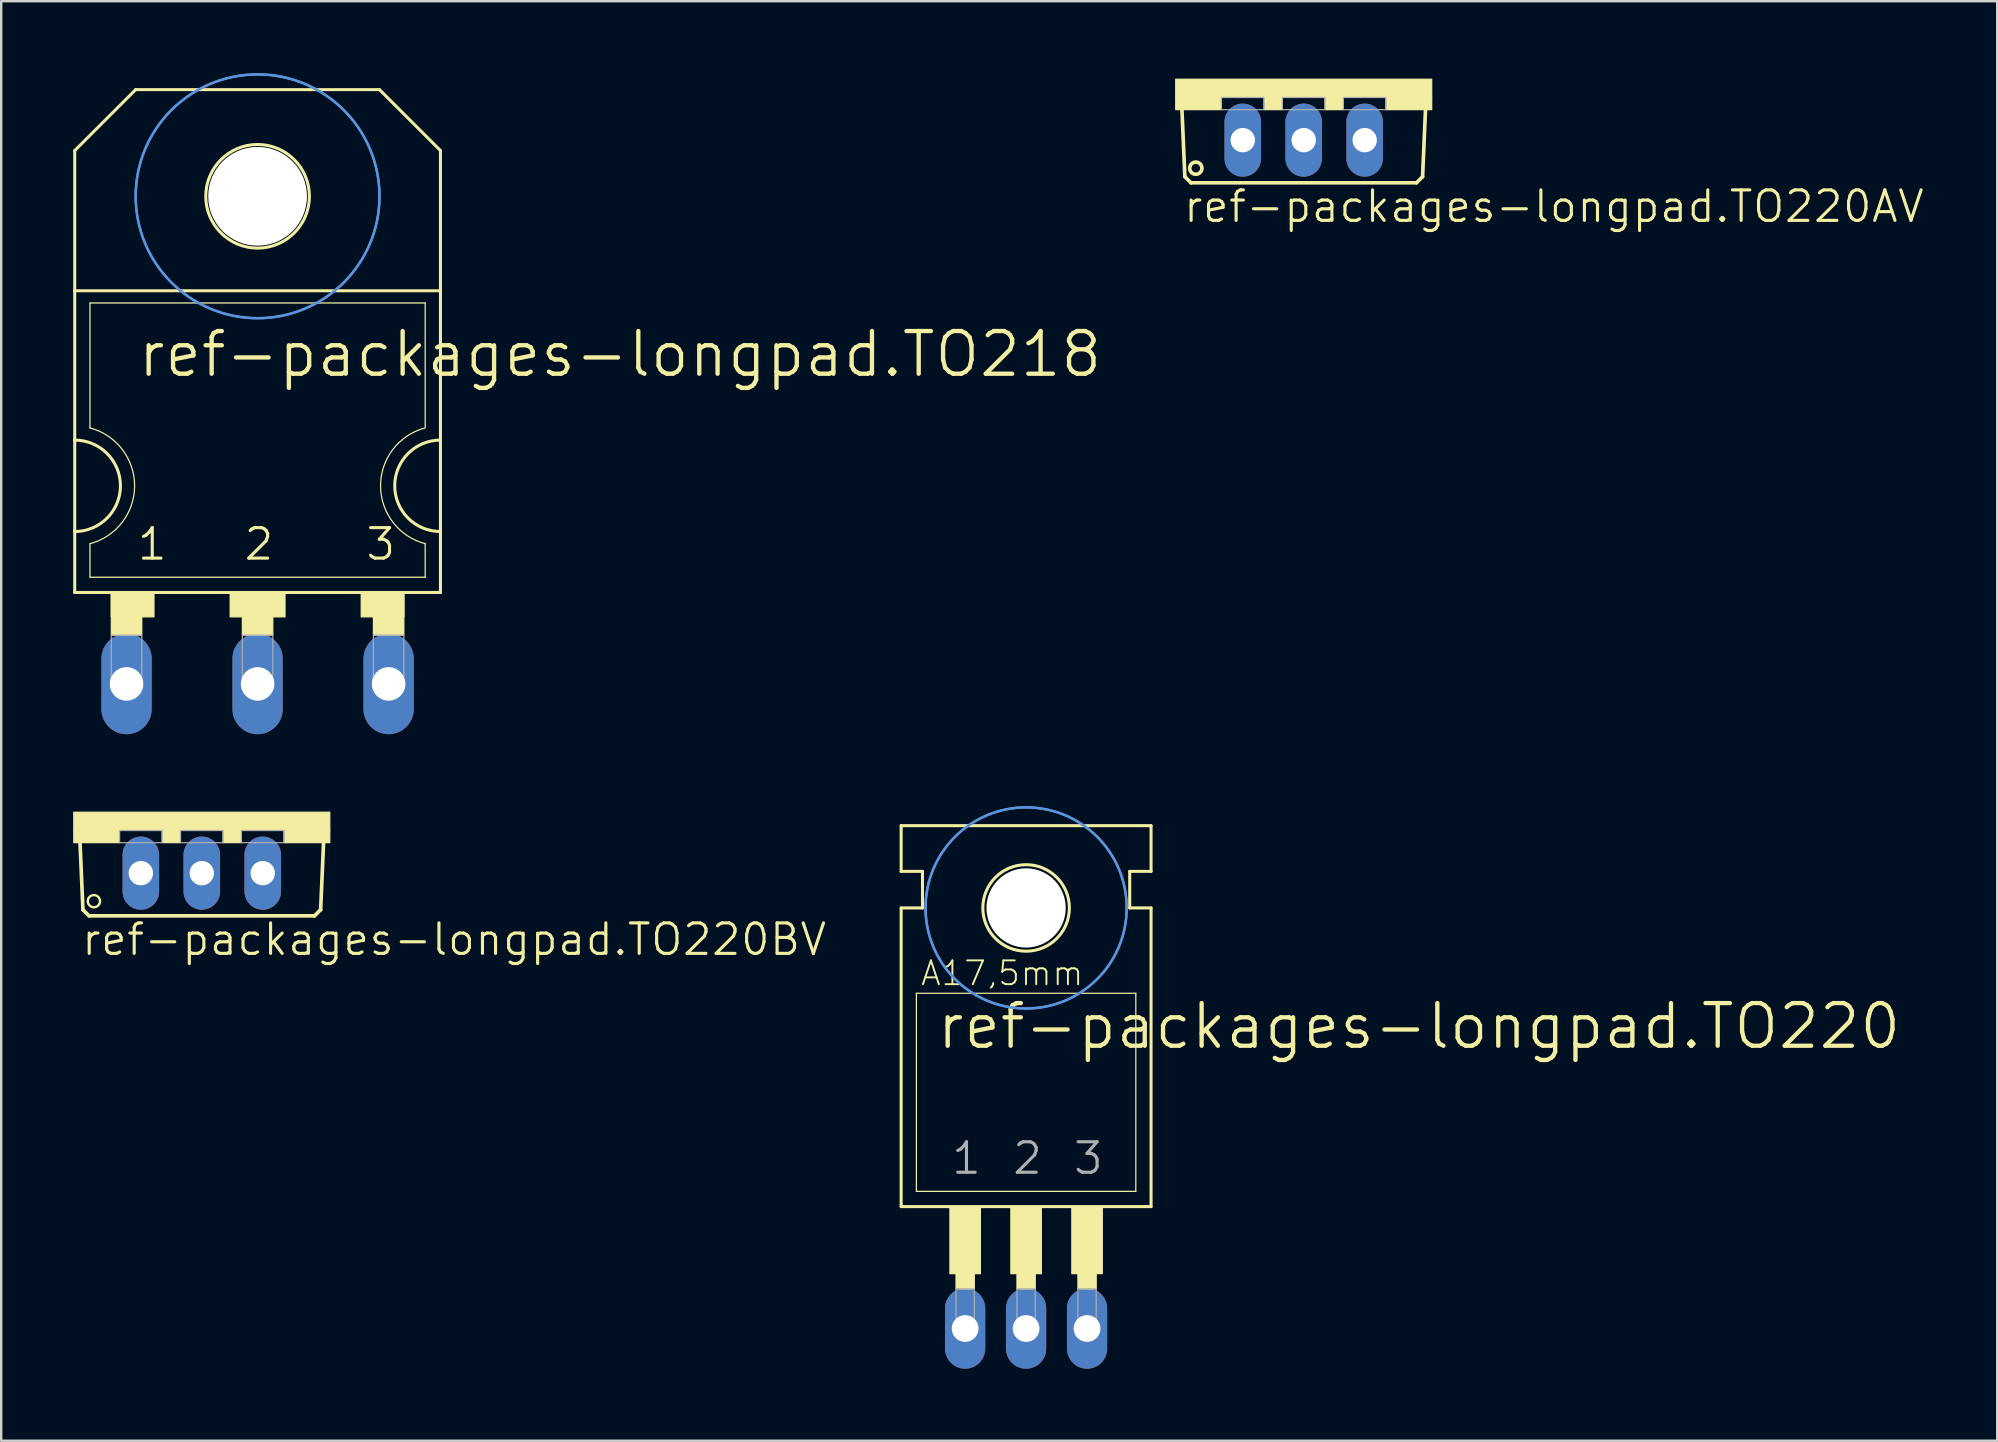
<source format=kicad_pcb>
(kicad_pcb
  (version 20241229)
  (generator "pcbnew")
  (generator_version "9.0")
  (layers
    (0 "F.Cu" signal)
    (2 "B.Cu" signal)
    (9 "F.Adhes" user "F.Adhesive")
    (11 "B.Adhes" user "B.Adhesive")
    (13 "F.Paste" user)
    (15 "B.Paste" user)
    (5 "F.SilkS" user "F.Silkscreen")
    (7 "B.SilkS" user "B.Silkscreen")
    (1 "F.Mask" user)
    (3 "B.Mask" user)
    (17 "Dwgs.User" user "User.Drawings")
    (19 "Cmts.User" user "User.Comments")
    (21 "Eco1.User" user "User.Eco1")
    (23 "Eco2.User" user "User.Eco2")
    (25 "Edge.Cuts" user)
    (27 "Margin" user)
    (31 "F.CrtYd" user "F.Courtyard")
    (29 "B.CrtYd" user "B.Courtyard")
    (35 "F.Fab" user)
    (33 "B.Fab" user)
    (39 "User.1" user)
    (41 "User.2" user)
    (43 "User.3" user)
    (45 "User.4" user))
  (footprint "ref-packages-longpad.TO220BV"
    (layer "F.Cu")
    (at 5.359 30.796)
    (property "Reference" "ref-packages-longpad.TO220BV" (at -5.08 6.045 0) (layer "F.SilkS") (effects (font (size 1.27 1.27) (thickness 0.13)) (justify left bottom)))
    (attr through_hole)
    (fp_line (start -4.953 4.064) (end -5.08 1.143) (stroke (width 0.152) (type default)) (layer "F.SilkS"))
    (fp_line (start -4.953 4.064) (end -4.699 4.318) (stroke (width 0.152) (type default)) (layer "F.SilkS"))
    (fp_line (start 4.699 4.318) (end -4.699 4.318) (stroke (width 0.152) (type default)) (layer "F.SilkS"))
    (fp_line (start 4.699 4.318) (end 4.953 4.064) (stroke (width 0.152) (type default)) (layer "F.SilkS"))
    (fp_line (start 5.08 1.143) (end 4.953 4.064) (stroke (width 0.152) (type default)) (layer "F.SilkS"))
    (fp_rect (start -5.334 0.762) (end 5.334 0) (stroke (width 0.05) (type default)) (fill yes) (layer "F.SilkS"))
    (fp_rect (start -5.334 1.27) (end -3.429 0.762) (stroke (width 0.05) (type default)) (fill yes) (layer "F.SilkS"))
    (fp_rect (start -1.651 1.27) (end -0.889 0.762) (stroke (width 0.05) (type default)) (fill yes) (layer "F.SilkS"))
    (fp_rect (start 0.889 1.27) (end 1.651 0.762) (stroke (width 0.05) (type default)) (fill yes) (layer "F.SilkS"))
    (fp_rect (start 3.429 1.27) (end 5.334 0.762) (stroke (width 0.05) (type default)) (fill yes) (layer "F.SilkS"))
    (fp_circle (center -4.496 3.708) (end -4.242 3.708) (stroke (width 0.1) (type default)) (fill no) (layer "F.SilkS"))
    (fp_rect (start -3.429 1.27) (end -1.651 0.762) (stroke (width 0.05) (type default)) (fill no) (layer "F.Fab"))
    (fp_rect (start -0.889 1.27) (end 0.889 0.762) (stroke (width 0.05) (type default)) (fill no) (layer "F.Fab"))
    (fp_rect (start 1.651 1.27) (end 3.429 0.762) (stroke (width 0.05) (type default)) (fill no) (layer "F.Fab"))
    (pad "G" thru_hole oval (at 2.54 2.54 90) (size 3.048 1.524) (drill 1.016) (layers "*.Cu" "*.Mask"))
    (pad "T1" thru_hole oval (at -2.54 2.54 90) (size 3.048 1.524) (drill 1.016) (layers "*.Cu" "*.Mask"))
    (pad "T2" thru_hole oval (at 0 2.54 90) (size 3.048 1.524) (drill 1.016) (layers "*.Cu" "*.Mask")))
  (footprint "ref-packages-longpad.TO218"
    (layer "F.Cu")
    (at 7.684 15.29)
    (property "Reference" "ref-packages-longpad.TO218" (at -5.08 -2.54 0) (layer "F.SilkS") (effects (font (size 1.778 1.778) (thickness 0.18)) (justify left bottom)))
    (attr through_hole)
    (fp_line (start -7.62 -12.065) (end -7.62 -6.223) (stroke (width 0.127) (type default)) (layer "F.SilkS"))
    (fp_line (start -7.62 -12.065) (end -5.08 -14.605) (stroke (width 0.127) (type default)) (layer "F.SilkS"))
    (fp_line (start -7.62 0) (end -7.62 -6.223) (stroke (width 0.127) (type default)) (layer "F.SilkS"))
    (fp_line (start -7.62 3.81) (end -7.62 0) (stroke (width 0.127) (type default)) (layer "F.SilkS"))
    (fp_line (start -7.62 6.35) (end -7.62 3.81) (stroke (width 0.127) (type default)) (layer "F.SilkS"))
    (fp_line (start -7.62 6.35) (end 7.62 6.35) (stroke (width 0.127) (type default)) (layer "F.SilkS"))
    (fp_line (start -6.985 -0.508) (end -6.985 -5.715) (stroke (width 0.051) (type default)) (layer "F.SilkS"))
    (fp_line (start -6.985 5.715) (end -6.985 4.318) (stroke (width 0.051) (type default)) (layer "F.SilkS"))
    (fp_line (start -6.985 5.715) (end 6.985 5.715) (stroke (width 0.051) (type default)) (layer "F.SilkS"))
    (fp_line (start 5.08 -14.605) (end -5.08 -14.605) (stroke (width 0.127) (type default)) (layer "F.SilkS"))
    (fp_line (start 6.985 -5.715) (end -6.985 -5.715) (stroke (width 0.051) (type default)) (layer "F.SilkS"))
    (fp_line (start 6.985 -0.508) (end 6.985 -5.715) (stroke (width 0.051) (type default)) (layer "F.SilkS"))
    (fp_line (start 6.985 5.715) (end 6.985 4.318) (stroke (width 0.051) (type default)) (layer "F.SilkS"))
    (fp_line (start 7.62 -12.065) (end 5.08 -14.605) (stroke (width 0.127) (type default)) (layer "F.SilkS"))
    (fp_line (start 7.62 -12.065) (end 7.62 -6.223) (stroke (width 0.127) (type default)) (layer "F.SilkS"))
    (fp_line (start 7.62 -6.223) (end -7.62 -6.223) (stroke (width 0.127) (type default)) (layer "F.SilkS"))
    (fp_line (start 7.62 -6.223) (end 7.62 0) (stroke (width 0.127) (type default)) (layer "F.SilkS"))
    (fp_line (start 7.62 0) (end 7.62 3.81) (stroke (width 0.127) (type default)) (layer "F.SilkS"))
    (fp_line (start 7.62 3.81) (end 7.62 6.35) (stroke (width 0.127) (type default)) (layer "F.SilkS"))
    (fp_rect (start -6.096 7.366) (end -4.318 6.35) (stroke (width 0.05) (type default)) (fill yes) (layer "F.SilkS"))
    (fp_rect (start -6.096 8.128) (end -4.826 6.35) (stroke (width 0.05) (type default)) (fill yes) (layer "F.SilkS"))
    (fp_rect (start -1.143 7.366) (end 1.143 6.35) (stroke (width 0.05) (type default)) (fill yes) (layer "F.SilkS"))
    (fp_rect (start -0.635 8.128) (end 0.635 6.35) (stroke (width 0.05) (type default)) (fill yes) (layer "F.SilkS"))
    (fp_rect (start 4.318 7.366) (end 6.096 6.35) (stroke (width 0.05) (type default)) (fill yes) (layer "F.SilkS"))
    (fp_rect (start 4.826 8.128) (end 6.096 6.35) (stroke (width 0.05) (type default)) (fill yes) (layer "F.SilkS"))
    (fp_arc (start -7.62 0) (mid -5.715 1.905) (end -7.62 3.81) (stroke (width 0.127) (type default)) (layer "F.SilkS"))
    (fp_arc (start -6.985 -0.508) (mid -5.124846 1.905) (end -6.985 4.318) (stroke (width 0.0508) (type default)) (layer "F.SilkS"))
    (fp_arc (start 6.9851 4.3178) (mid 5.125027 1.921942) (end 6.9522 -0.4991) (stroke (width 0.0508) (type default)) (layer "F.SilkS"))
    (fp_arc (start 7.62 3.81) (mid 5.715 1.905) (end 7.62 0) (stroke (width 0.127) (type default)) (layer "F.SilkS"))
    (fp_circle (center 0 -10.16) (end 2.159 -10.16) (stroke (width 0.127) (type default)) (fill no) (layer "F.SilkS"))
    (fp_circle (center 0 -10.16) (end 5.08 -10.16) (stroke (width 0.1) (type default)) (fill no) (layer "Cmts.User"))
    (fp_circle (center 0 -10.16) (end 5.08 -10.16) (stroke (width 0.1) (type default)) (fill no) (layer "Cmts.User"))
    (fp_rect (start -6.096 10.287) (end -4.826 8.128) (stroke (width 0.05) (type default)) (fill no) (layer "F.Fab"))
    (fp_rect (start -0.635 10.287) (end 0.635 8.128) (stroke (width 0.05) (type default)) (fill no) (layer "F.Fab"))
    (fp_rect (start 4.826 10.287) (end 6.096 8.128) (stroke (width 0.05) (type default)) (fill no) (layer "F.Fab"))
    (fp_text user "1" (at -5.08 5.08 0) (layer "F.SilkS") (effects (font (size 1.27 1.27) (thickness 0.13)) (justify left bottom)))
    (fp_text user "2" (at -0.635 5.08 0) (layer "F.SilkS") (effects (font (size 1.27 1.27) (thickness 0.13)) (justify left bottom)))
    (fp_text user "3" (at 4.445 5.08 0) (layer "F.SilkS") (effects (font (size 1.27 1.27) (thickness 0.13)) (justify left bottom)))
    (pad "" np_thru_hole circle (at 0 -10.16) (size 4.115 4.115) (drill 4.115) (layers "*.Cu" "*.Mask"))
    (pad "1" thru_hole oval (at -5.461 10.16 90) (size 4.191 2.095) (drill 1.397) (layers "*.Cu" "*.Mask"))
    (pad "2" thru_hole oval (at 0 10.16 90) (size 4.191 2.095) (drill 1.397) (layers "*.Cu" "*.Mask"))
    (pad "3" thru_hole oval (at 5.461 10.16 90) (size 4.191 2.095) (drill 1.397) (layers "*.Cu" "*.Mask")))
  (footprint "ref-packages-longpad.TO220"
    (layer "F.Cu")
    (at 39.71 45.962)
    (property "Reference" "ref-packages-longpad.TO220" (at -3.81 -5.207 0) (layer "F.SilkS") (effects (font (size 1.778 1.778) (thickness 0.18)) (justify left bottom)))
    (attr through_hole)
    (fp_line (start -5.207 -12.7) (end -5.207 -14.605) (stroke (width 0.127) (type default)) (layer "F.SilkS"))
    (fp_line (start -5.207 -11.176) (end -4.318 -11.176) (stroke (width 0.127) (type default)) (layer "F.SilkS"))
    (fp_line (start -5.207 1.27) (end -5.207 -11.176) (stroke (width 0.127) (type default)) (layer "F.SilkS"))
    (fp_line (start -5.207 1.27) (end 5.207 1.27) (stroke (width 0.127) (type default)) (layer "F.SilkS"))
    (fp_line (start -4.572 0.635) (end -4.572 -7.62) (stroke (width 0.051) (type default)) (layer "F.SilkS"))
    (fp_line (start -4.572 0.635) (end 4.572 0.635) (stroke (width 0.051) (type default)) (layer "F.SilkS"))
    (fp_line (start -4.318 -12.7) (end -5.207 -12.7) (stroke (width 0.127) (type default)) (layer "F.SilkS"))
    (fp_line (start -4.318 -11.176) (end -4.318 -12.7) (stroke (width 0.127) (type default)) (layer "F.SilkS"))
    (fp_line (start 4.318 -12.7) (end 5.207 -12.7) (stroke (width 0.127) (type default)) (layer "F.SilkS"))
    (fp_line (start 4.318 -11.176) (end 4.318 -12.7) (stroke (width 0.127) (type default)) (layer "F.SilkS"))
    (fp_line (start 4.572 -7.62) (end -4.572 -7.62) (stroke (width 0.051) (type default)) (layer "F.SilkS"))
    (fp_line (start 4.572 -7.62) (end 4.572 0.635) (stroke (width 0.051) (type default)) (layer "F.SilkS"))
    (fp_line (start 5.207 -14.605) (end -5.207 -14.605) (stroke (width 0.127) (type default)) (layer "F.SilkS"))
    (fp_line (start 5.207 -12.7) (end 5.207 -14.605) (stroke (width 0.127) (type default)) (layer "F.SilkS"))
    (fp_line (start 5.207 -11.176) (end 4.318 -11.176) (stroke (width 0.127) (type default)) (layer "F.SilkS"))
    (fp_line (start 5.207 1.27) (end 5.207 -11.176) (stroke (width 0.127) (type default)) (layer "F.SilkS"))
    (fp_rect (start -3.175 4.064) (end -1.905 1.27) (stroke (width 0.05) (type default)) (fill yes) (layer "F.SilkS"))
    (fp_rect (start -2.921 4.699) (end -2.159 4.064) (stroke (width 0.05) (type default)) (fill yes) (layer "F.SilkS"))
    (fp_rect (start -0.635 4.064) (end 0.635 1.27) (stroke (width 0.05) (type default)) (fill yes) (layer "F.SilkS"))
    (fp_rect (start -0.381 4.699) (end 0.381 4.064) (stroke (width 0.05) (type default)) (fill yes) (layer "F.SilkS"))
    (fp_rect (start 1.905 4.064) (end 3.175 1.27) (stroke (width 0.05) (type default)) (fill yes) (layer "F.SilkS"))
    (fp_rect (start 2.159 4.699) (end 2.921 4.064) (stroke (width 0.05) (type default)) (fill yes) (layer "F.SilkS"))
    (fp_circle (center 0 -11.176) (end 1.803 -11.176) (stroke (width 0.127) (type default)) (fill no) (layer "F.SilkS"))
    (fp_circle (center 0 -11.176) (end 4.191 -11.176) (stroke (width 0.1) (type default)) (fill no) (layer "Cmts.User"))
    (fp_circle (center 0 -11.176) (end 4.191 -11.176) (stroke (width 0.1) (type default)) (fill no) (layer "Cmts.User"))
    (fp_rect (start -2.921 6.604) (end -2.159 4.699) (stroke (width 0.05) (type default)) (fill no) (layer "F.Fab"))
    (fp_rect (start -0.381 6.604) (end 0.381 4.699) (stroke (width 0.05) (type default)) (fill no) (layer "F.Fab"))
    (fp_rect (start 2.159 6.604) (end 2.921 4.699) (stroke (width 0.05) (type default)) (fill no) (layer "F.Fab"))
    (fp_text user "A17,5mm" (at -4.445 -7.874 0) (layer "F.SilkS") (effects (font (size 0.991 0.991) (thickness 0.08)) (justify left bottom)))
    (fp_text user "2" (at -0.635 0 0) (layer "F.Fab") (effects (font (size 1.27 1.27) (thickness 0.13)) (justify left bottom)))
    (fp_text user "3" (at 1.905 0 0) (layer "F.Fab") (effects (font (size 1.27 1.27) (thickness 0.13)) (justify left bottom)))
    (fp_text user "1" (at -3.175 0 0) (layer "F.Fab") (effects (font (size 1.27 1.27) (thickness 0.13)) (justify left bottom)))
    (pad "" np_thru_hole circle (at 0 -11.176) (size 3.302 3.302) (drill 3.302) (layers "*.Cu" "*.Mask"))
    (pad "1" thru_hole oval (at -2.54 6.35 90) (size 3.353 1.676) (drill 1.118) (layers "*.Cu" "*.Mask"))
    (pad "2" thru_hole oval (at 0 6.35 90) (size 3.353 1.676) (drill 1.118) (layers "*.Cu" "*.Mask"))
    (pad "3" thru_hole oval (at 2.54 6.35 90) (size 3.353 1.676) (drill 1.118) (layers "*.Cu" "*.Mask")))
  (footprint "ref-packages-longpad.TO220AV"
    (layer "F.Cu")
    (at 51.279 0.25)
    (property "Reference" "ref-packages-longpad.TO220AV" (at -5.08 6.045 0) (layer "F.SilkS") (effects (font (size 1.27 1.27) (thickness 0.13)) (justify left bottom)))
    (attr through_hole)
    (fp_line (start -4.953 4.064) (end -5.08 1.143) (stroke (width 0.152) (type default)) (layer "F.SilkS"))
    (fp_line (start -4.953 4.064) (end -4.699 4.318) (stroke (width 0.152) (type default)) (layer "F.SilkS"))
    (fp_line (start 4.699 4.318) (end -4.699 4.318) (stroke (width 0.152) (type default)) (layer "F.SilkS"))
    (fp_line (start 4.699 4.318) (end 4.953 4.064) (stroke (width 0.152) (type default)) (layer "F.SilkS"))
    (fp_line (start 5.08 1.143) (end 4.953 4.064) (stroke (width 0.152) (type default)) (layer "F.SilkS"))
    (fp_rect (start -5.334 0.762) (end 5.334 0) (stroke (width 0.05) (type default)) (fill yes) (layer "F.SilkS"))
    (fp_rect (start -5.334 1.27) (end -3.429 0.762) (stroke (width 0.05) (type default)) (fill yes) (layer "F.SilkS"))
    (fp_rect (start -1.651 1.27) (end -0.889 0.762) (stroke (width 0.05) (type default)) (fill yes) (layer "F.SilkS"))
    (fp_rect (start 0.889 1.27) (end 1.651 0.762) (stroke (width 0.05) (type default)) (fill yes) (layer "F.SilkS"))
    (fp_rect (start 3.429 1.27) (end 5.334 0.762) (stroke (width 0.05) (type default)) (fill yes) (layer "F.SilkS"))
    (fp_circle (center -4.496 3.708) (end -4.242 3.708) (stroke (width 0.152) (type default)) (fill no) (layer "F.SilkS"))
    (fp_rect (start -3.429 1.27) (end -1.651 0.762) (stroke (width 0.05) (type default)) (fill no) (layer "F.Fab"))
    (fp_rect (start -0.889 1.27) (end 0.889 0.762) (stroke (width 0.05) (type default)) (fill no) (layer "F.Fab"))
    (fp_rect (start 1.651 1.27) (end 3.429 0.762) (stroke (width 0.05) (type default)) (fill no) (layer "F.Fab"))
    (pad "B" thru_hole oval (at -2.54 2.54 90) (size 3.048 1.524) (drill 1.016) (layers "*.Cu" "*.Mask"))
    (pad "C" thru_hole oval (at 0 2.54 90) (size 3.048 1.524) (drill 1.016) (layers "*.Cu" "*.Mask"))
    (pad "E" thru_hole oval (at 2.54 2.54 90) (size 3.048 1.524) (drill 1.016) (layers "*.Cu" "*.Mask")))
  (gr_rect
    (start -3 -3)
    (end 80.178 56.989)
    (stroke (width 0.1) (type default))
    (fill no)
    (layer "Edge.Cuts")))
</source>
